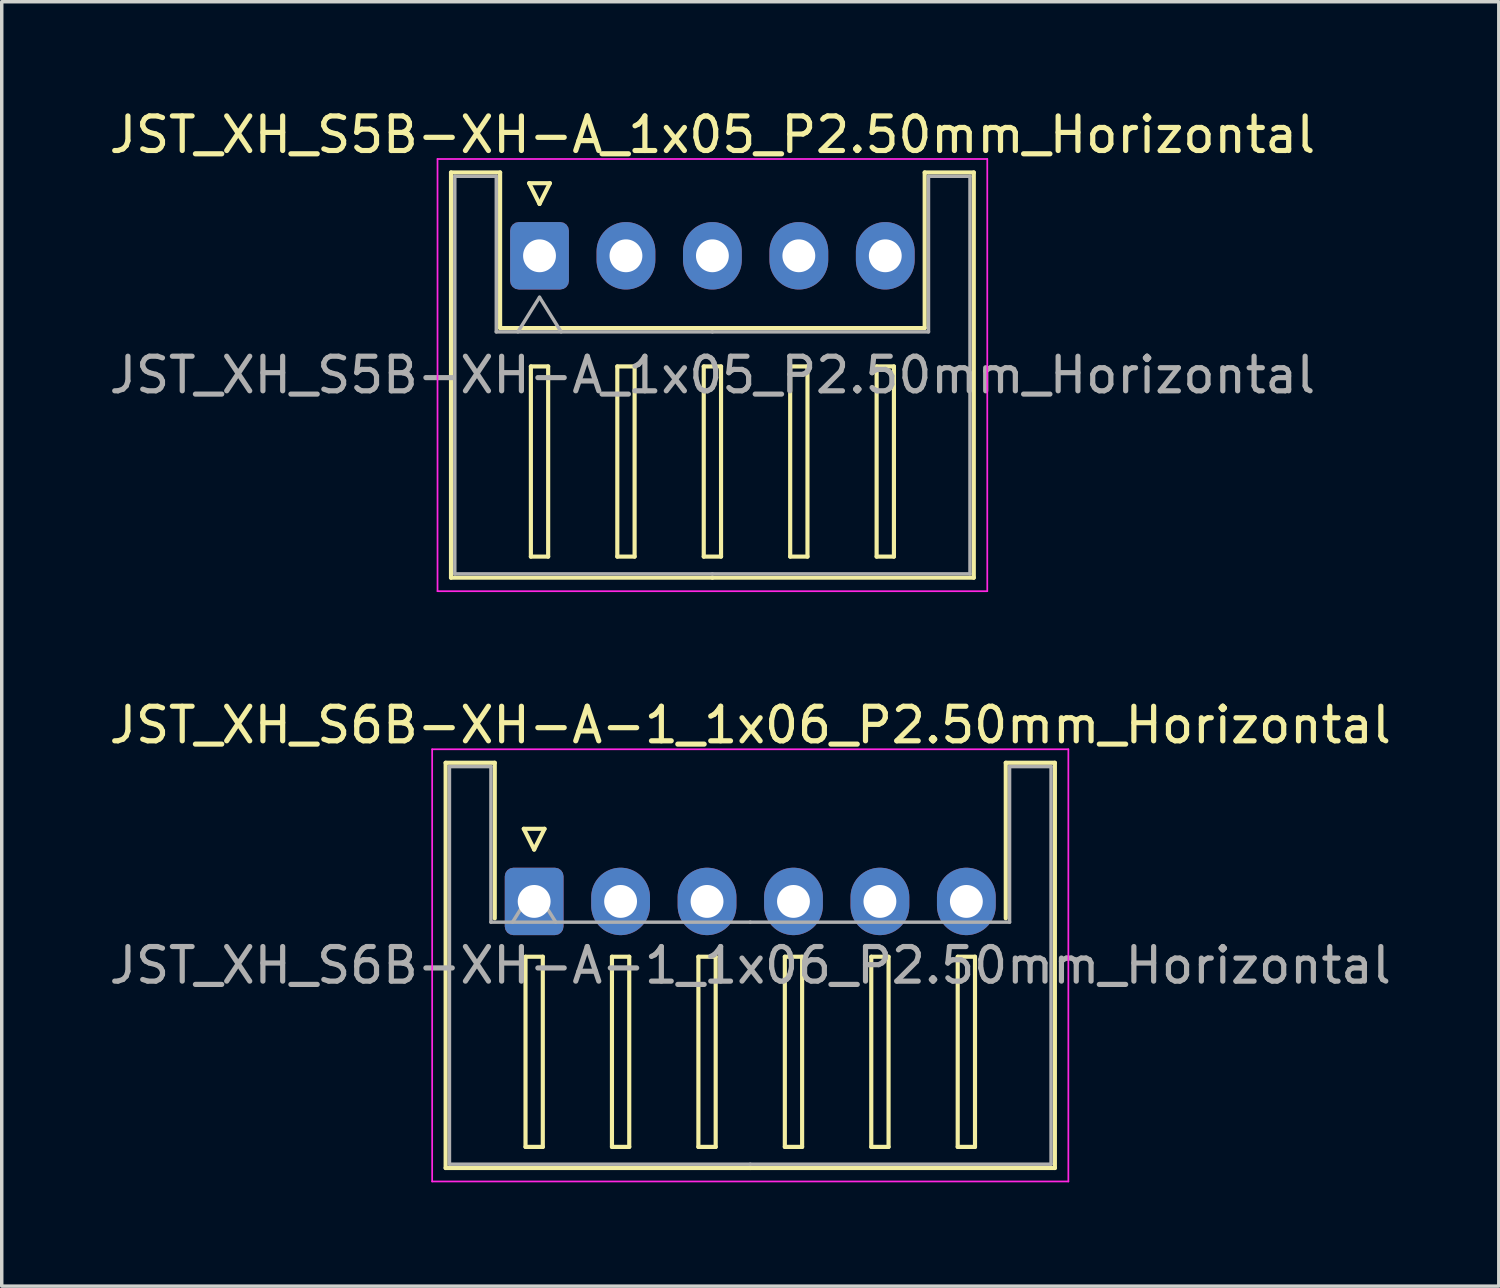
<source format=kicad_pcb>
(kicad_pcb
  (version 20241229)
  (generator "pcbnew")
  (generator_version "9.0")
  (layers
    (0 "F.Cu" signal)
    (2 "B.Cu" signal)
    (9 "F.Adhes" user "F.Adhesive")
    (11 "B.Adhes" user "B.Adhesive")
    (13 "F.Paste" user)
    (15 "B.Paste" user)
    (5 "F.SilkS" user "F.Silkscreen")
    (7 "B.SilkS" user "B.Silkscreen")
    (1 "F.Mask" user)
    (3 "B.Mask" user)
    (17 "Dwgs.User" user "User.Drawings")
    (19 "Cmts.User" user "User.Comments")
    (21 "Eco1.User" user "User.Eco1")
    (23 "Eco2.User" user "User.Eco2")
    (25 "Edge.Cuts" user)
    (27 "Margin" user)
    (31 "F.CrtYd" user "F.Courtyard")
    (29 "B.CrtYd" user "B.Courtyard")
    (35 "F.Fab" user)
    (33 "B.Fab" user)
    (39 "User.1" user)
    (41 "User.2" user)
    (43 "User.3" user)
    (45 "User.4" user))
  (footprint "JST_XH_S6B-XH-A-1_1x06_P2.50mm_Horizontal"
    (layer "F.Cu")
    (at 12.399 23.021)
    (property "Reference" "JST_XH_S6B-XH-A-1_1x06_P2.50mm_Horizontal" (at 6.25 -5.1 0) (layer "F.SilkS") (effects (font (size 1 1) (thickness 0.15))))
    (attr through_hole)
    (fp_line (start -2.56 -4.01) (end -1.14 -4.01) (stroke (width 0.12) (type solid)) (layer "F.SilkS"))
    (fp_line (start -2.56 7.71) (end -2.56 -4.01) (stroke (width 0.12) (type solid)) (layer "F.SilkS"))
    (fp_line (start -1.14 -4.01) (end -1.14 0.49) (stroke (width 0.12) (type solid)) (layer "F.SilkS"))
    (fp_line (start -0.3 -2.1) (end 0.3 -2.1) (stroke (width 0.12) (type solid)) (layer "F.SilkS"))
    (fp_line (start -0.25 1.6) (end -0.25 7.1) (stroke (width 0.12) (type solid)) (layer "F.SilkS"))
    (fp_line (start -0.25 7.1) (end 0.25 7.1) (stroke (width 0.12) (type solid)) (layer "F.SilkS"))
    (fp_line (start 0 -1.5) (end -0.3 -2.1) (stroke (width 0.12) (type solid)) (layer "F.SilkS"))
    (fp_line (start 0.25 1.6) (end -0.25 1.6) (stroke (width 0.12) (type solid)) (layer "F.SilkS"))
    (fp_line (start 0.25 7.1) (end 0.25 1.6) (stroke (width 0.12) (type solid)) (layer "F.SilkS"))
    (fp_line (start 0.3 -2.1) (end 0 -1.5) (stroke (width 0.12) (type solid)) (layer "F.SilkS"))
    (fp_line (start 2.25 1.6) (end 2.25 7.1) (stroke (width 0.12) (type solid)) (layer "F.SilkS"))
    (fp_line (start 2.25 7.1) (end 2.75 7.1) (stroke (width 0.12) (type solid)) (layer "F.SilkS"))
    (fp_line (start 2.75 1.6) (end 2.25 1.6) (stroke (width 0.12) (type solid)) (layer "F.SilkS"))
    (fp_line (start 2.75 7.1) (end 2.75 1.6) (stroke (width 0.12) (type solid)) (layer "F.SilkS"))
    (fp_line (start 4.75 1.6) (end 4.75 7.1) (stroke (width 0.12) (type solid)) (layer "F.SilkS"))
    (fp_line (start 4.75 7.1) (end 5.25 7.1) (stroke (width 0.12) (type solid)) (layer "F.SilkS"))
    (fp_line (start 5.25 1.6) (end 4.75 1.6) (stroke (width 0.12) (type solid)) (layer "F.SilkS"))
    (fp_line (start 5.25 7.1) (end 5.25 1.6) (stroke (width 0.12) (type solid)) (layer "F.SilkS"))
    (fp_line (start 6.25 7.71) (end -2.56 7.71) (stroke (width 0.12) (type solid)) (layer "F.SilkS"))
    (fp_line (start 6.25 7.71) (end 15.06 7.71) (stroke (width 0.12) (type solid)) (layer "F.SilkS"))
    (fp_line (start 7.25 1.6) (end 7.25 7.1) (stroke (width 0.12) (type solid)) (layer "F.SilkS"))
    (fp_line (start 7.25 7.1) (end 7.75 7.1) (stroke (width 0.12) (type solid)) (layer "F.SilkS"))
    (fp_line (start 7.75 1.6) (end 7.25 1.6) (stroke (width 0.12) (type solid)) (layer "F.SilkS"))
    (fp_line (start 7.75 7.1) (end 7.75 1.6) (stroke (width 0.12) (type solid)) (layer "F.SilkS"))
    (fp_line (start 9.75 1.6) (end 9.75 7.1) (stroke (width 0.12) (type solid)) (layer "F.SilkS"))
    (fp_line (start 9.75 7.1) (end 10.25 7.1) (stroke (width 0.12) (type solid)) (layer "F.SilkS"))
    (fp_line (start 10.25 1.6) (end 9.75 1.6) (stroke (width 0.12) (type solid)) (layer "F.SilkS"))
    (fp_line (start 10.25 7.1) (end 10.25 1.6) (stroke (width 0.12) (type solid)) (layer "F.SilkS"))
    (fp_line (start 12.25 1.6) (end 12.25 7.1) (stroke (width 0.12) (type solid)) (layer "F.SilkS"))
    (fp_line (start 12.25 7.1) (end 12.75 7.1) (stroke (width 0.12) (type solid)) (layer "F.SilkS"))
    (fp_line (start 12.75 1.6) (end 12.25 1.6) (stroke (width 0.12) (type solid)) (layer "F.SilkS"))
    (fp_line (start 12.75 7.1) (end 12.75 1.6) (stroke (width 0.12) (type solid)) (layer "F.SilkS"))
    (fp_line (start 13.64 -4.01) (end 13.64 0.49) (stroke (width 0.12) (type solid)) (layer "F.SilkS"))
    (fp_line (start 15.06 -4.01) (end 13.64 -4.01) (stroke (width 0.12) (type solid)) (layer "F.SilkS"))
    (fp_line (start 15.06 7.71) (end 15.06 -4.01) (stroke (width 0.12) (type solid)) (layer "F.SilkS"))
    (fp_line (start -2.95 -4.4) (end -2.95 8.1) (stroke (width 0.05) (type solid)) (layer "F.CrtYd"))
    (fp_line (start -2.95 8.1) (end 15.45 8.1) (stroke (width 0.05) (type solid)) (layer "F.CrtYd"))
    (fp_line (start 15.45 -4.4) (end -2.95 -4.4) (stroke (width 0.05) (type solid)) (layer "F.CrtYd"))
    (fp_line (start 15.45 8.1) (end 15.45 -4.4) (stroke (width 0.05) (type solid)) (layer "F.CrtYd"))
    (fp_line (start -2.45 -3.9) (end -1.25 -3.9) (stroke (width 0.1) (type solid)) (layer "F.Fab"))
    (fp_line (start -2.45 7.6) (end -2.45 -3.9) (stroke (width 0.1) (type solid)) (layer "F.Fab"))
    (fp_line (start -1.25 -3.9) (end -1.25 0.6) (stroke (width 0.1) (type solid)) (layer "F.Fab"))
    (fp_line (start -1.25 0.6) (end 6.25 0.6) (stroke (width 0.1) (type solid)) (layer "F.Fab"))
    (fp_line (start -0.625 0.6) (end 0 -0.4) (stroke (width 0.1) (type solid)) (layer "F.Fab"))
    (fp_line (start 0 -0.4) (end 0.625 0.6) (stroke (width 0.1) (type solid)) (layer "F.Fab"))
    (fp_line (start 6.25 7.6) (end -2.45 7.6) (stroke (width 0.1) (type solid)) (layer "F.Fab"))
    (fp_line (start 6.25 7.6) (end 14.95 7.6) (stroke (width 0.1) (type solid)) (layer "F.Fab"))
    (fp_line (start 13.75 -3.9) (end 13.75 0.6) (stroke (width 0.1) (type solid)) (layer "F.Fab"))
    (fp_line (start 13.75 0.6) (end 6.25 0.6) (stroke (width 0.1) (type solid)) (layer "F.Fab"))
    (fp_line (start 14.95 -3.9) (end 13.75 -3.9) (stroke (width 0.1) (type solid)) (layer "F.Fab"))
    (fp_line (start 14.95 7.6) (end 14.95 -3.9) (stroke (width 0.1) (type solid)) (layer "F.Fab"))
    (fp_text user "${REFERENCE}" (at 6.25 1.85 0) (layer "F.Fab") (effects (font (size 1 1) (thickness 0.15))))
    (pad "1" thru_hole roundrect (at 0 0) (size 1.7 1.95) (drill 0.95) (layers "*.Cu" "*.Mask") (roundrect_rratio 0.147))
    (pad "2" thru_hole oval (at 2.5 0) (size 1.7 1.95) (drill 0.95) (layers "*.Cu" "*.Mask"))
    (pad "3" thru_hole oval (at 5 0) (size 1.7 1.95) (drill 0.95) (layers "*.Cu" "*.Mask"))
    (pad "4" thru_hole oval (at 7.5 0) (size 1.7 1.95) (drill 0.95) (layers "*.Cu" "*.Mask"))
    (pad "5" thru_hole oval (at 10 0) (size 1.7 1.95) (drill 0.95) (layers "*.Cu" "*.Mask"))
    (pad "6" thru_hole oval (at 12.5 0) (size 1.7 1.95) (drill 0.95) (layers "*.Cu" "*.Mask")))
  (footprint "JST_XH_S5B-XH-A_1x05_P2.50mm_Horizontal"
    (layer "F.Cu")
    (at 12.554 4.348)
    (property "Reference" "JST_XH_S5B-XH-A_1x05_P2.50mm_Horizontal" (at 5 -3.5 0) (layer "F.SilkS") (effects (font (size 1 1) (thickness 0.15))))
    (attr through_hole)
    (fp_line (start -2.56 -2.41) (end -1.14 -2.41) (stroke (width 0.12) (type solid)) (layer "F.SilkS"))
    (fp_line (start -2.56 9.31) (end -2.56 -2.41) (stroke (width 0.12) (type solid)) (layer "F.SilkS"))
    (fp_line (start -1.14 -2.41) (end -1.14 2.09) (stroke (width 0.12) (type solid)) (layer "F.SilkS"))
    (fp_line (start -1.14 2.09) (end 5 2.09) (stroke (width 0.12) (type solid)) (layer "F.SilkS"))
    (fp_line (start -0.3 -2.1) (end 0.3 -2.1) (stroke (width 0.12) (type solid)) (layer "F.SilkS"))
    (fp_line (start -0.25 3.2) (end -0.25 8.7) (stroke (width 0.12) (type solid)) (layer "F.SilkS"))
    (fp_line (start -0.25 8.7) (end 0.25 8.7) (stroke (width 0.12) (type solid)) (layer "F.SilkS"))
    (fp_line (start 0 -1.5) (end -0.3 -2.1) (stroke (width 0.12) (type solid)) (layer "F.SilkS"))
    (fp_line (start 0.25 3.2) (end -0.25 3.2) (stroke (width 0.12) (type solid)) (layer "F.SilkS"))
    (fp_line (start 0.25 8.7) (end 0.25 3.2) (stroke (width 0.12) (type solid)) (layer "F.SilkS"))
    (fp_line (start 0.3 -2.1) (end 0 -1.5) (stroke (width 0.12) (type solid)) (layer "F.SilkS"))
    (fp_line (start 2.25 3.2) (end 2.25 8.7) (stroke (width 0.12) (type solid)) (layer "F.SilkS"))
    (fp_line (start 2.25 8.7) (end 2.75 8.7) (stroke (width 0.12) (type solid)) (layer "F.SilkS"))
    (fp_line (start 2.75 3.2) (end 2.25 3.2) (stroke (width 0.12) (type solid)) (layer "F.SilkS"))
    (fp_line (start 2.75 8.7) (end 2.75 3.2) (stroke (width 0.12) (type solid)) (layer "F.SilkS"))
    (fp_line (start 4.75 3.2) (end 4.75 8.7) (stroke (width 0.12) (type solid)) (layer "F.SilkS"))
    (fp_line (start 4.75 8.7) (end 5.25 8.7) (stroke (width 0.12) (type solid)) (layer "F.SilkS"))
    (fp_line (start 5 9.31) (end -2.56 9.31) (stroke (width 0.12) (type solid)) (layer "F.SilkS"))
    (fp_line (start 5 9.31) (end 12.56 9.31) (stroke (width 0.12) (type solid)) (layer "F.SilkS"))
    (fp_line (start 5.25 3.2) (end 4.75 3.2) (stroke (width 0.12) (type solid)) (layer "F.SilkS"))
    (fp_line (start 5.25 8.7) (end 5.25 3.2) (stroke (width 0.12) (type solid)) (layer "F.SilkS"))
    (fp_line (start 7.25 3.2) (end 7.25 8.7) (stroke (width 0.12) (type solid)) (layer "F.SilkS"))
    (fp_line (start 7.25 8.7) (end 7.75 8.7) (stroke (width 0.12) (type solid)) (layer "F.SilkS"))
    (fp_line (start 7.75 3.2) (end 7.25 3.2) (stroke (width 0.12) (type solid)) (layer "F.SilkS"))
    (fp_line (start 7.75 8.7) (end 7.75 3.2) (stroke (width 0.12) (type solid)) (layer "F.SilkS"))
    (fp_line (start 9.75 3.2) (end 9.75 8.7) (stroke (width 0.12) (type solid)) (layer "F.SilkS"))
    (fp_line (start 9.75 8.7) (end 10.25 8.7) (stroke (width 0.12) (type solid)) (layer "F.SilkS"))
    (fp_line (start 10.25 3.2) (end 9.75 3.2) (stroke (width 0.12) (type solid)) (layer "F.SilkS"))
    (fp_line (start 10.25 8.7) (end 10.25 3.2) (stroke (width 0.12) (type solid)) (layer "F.SilkS"))
    (fp_line (start 11.14 -2.41) (end 11.14 2.09) (stroke (width 0.12) (type solid)) (layer "F.SilkS"))
    (fp_line (start 11.14 2.09) (end 5 2.09) (stroke (width 0.12) (type solid)) (layer "F.SilkS"))
    (fp_line (start 12.56 -2.41) (end 11.14 -2.41) (stroke (width 0.12) (type solid)) (layer "F.SilkS"))
    (fp_line (start 12.56 9.31) (end 12.56 -2.41) (stroke (width 0.12) (type solid)) (layer "F.SilkS"))
    (fp_line (start -2.95 -2.8) (end -2.95 9.7) (stroke (width 0.05) (type solid)) (layer "F.CrtYd"))
    (fp_line (start -2.95 9.7) (end 12.95 9.7) (stroke (width 0.05) (type solid)) (layer "F.CrtYd"))
    (fp_line (start 12.95 -2.8) (end -2.95 -2.8) (stroke (width 0.05) (type solid)) (layer "F.CrtYd"))
    (fp_line (start 12.95 9.7) (end 12.95 -2.8) (stroke (width 0.05) (type solid)) (layer "F.CrtYd"))
    (fp_line (start -2.45 -2.3) (end -1.25 -2.3) (stroke (width 0.1) (type solid)) (layer "F.Fab"))
    (fp_line (start -2.45 9.2) (end -2.45 -2.3) (stroke (width 0.1) (type solid)) (layer "F.Fab"))
    (fp_line (start -1.25 -2.3) (end -1.25 2.2) (stroke (width 0.1) (type solid)) (layer "F.Fab"))
    (fp_line (start -1.25 2.2) (end 5 2.2) (stroke (width 0.1) (type solid)) (layer "F.Fab"))
    (fp_line (start -0.625 2.2) (end 0 1.2) (stroke (width 0.1) (type solid)) (layer "F.Fab"))
    (fp_line (start 0 1.2) (end 0.625 2.2) (stroke (width 0.1) (type solid)) (layer "F.Fab"))
    (fp_line (start 5 9.2) (end -2.45 9.2) (stroke (width 0.1) (type solid)) (layer "F.Fab"))
    (fp_line (start 5 9.2) (end 12.45 9.2) (stroke (width 0.1) (type solid)) (layer "F.Fab"))
    (fp_line (start 11.25 -2.3) (end 11.25 2.2) (stroke (width 0.1) (type solid)) (layer "F.Fab"))
    (fp_line (start 11.25 2.2) (end 5 2.2) (stroke (width 0.1) (type solid)) (layer "F.Fab"))
    (fp_line (start 12.45 -2.3) (end 11.25 -2.3) (stroke (width 0.1) (type solid)) (layer "F.Fab"))
    (fp_line (start 12.45 9.2) (end 12.45 -2.3) (stroke (width 0.1) (type solid)) (layer "F.Fab"))
    (fp_text user "${REFERENCE}" (at 5 3.45 0) (layer "F.Fab") (effects (font (size 1 1) (thickness 0.15))))
    (pad "1" thru_hole roundrect (at 0 0) (size 1.7 1.95) (drill 0.95) (layers "*.Cu" "*.Mask") (roundrect_rratio 0.147))
    (pad "2" thru_hole oval (at 2.5 0) (size 1.7 1.95) (drill 0.95) (layers "*.Cu" "*.Mask"))
    (pad "3" thru_hole oval (at 5 0) (size 1.7 1.95) (drill 0.95) (layers "*.Cu" "*.Mask"))
    (pad "4" thru_hole oval (at 7.5 0) (size 1.7 1.95) (drill 0.95) (layers "*.Cu" "*.Mask"))
    (pad "5" thru_hole oval (at 10 0) (size 1.7 1.95) (drill 0.95) (layers "*.Cu" "*.Mask")))
  (gr_rect
    (start -3 -3)
    (end 40.298 34.147)
    (stroke (width 0.1) (type default))
    (fill no)
    (layer "Edge.Cuts")))
</source>
